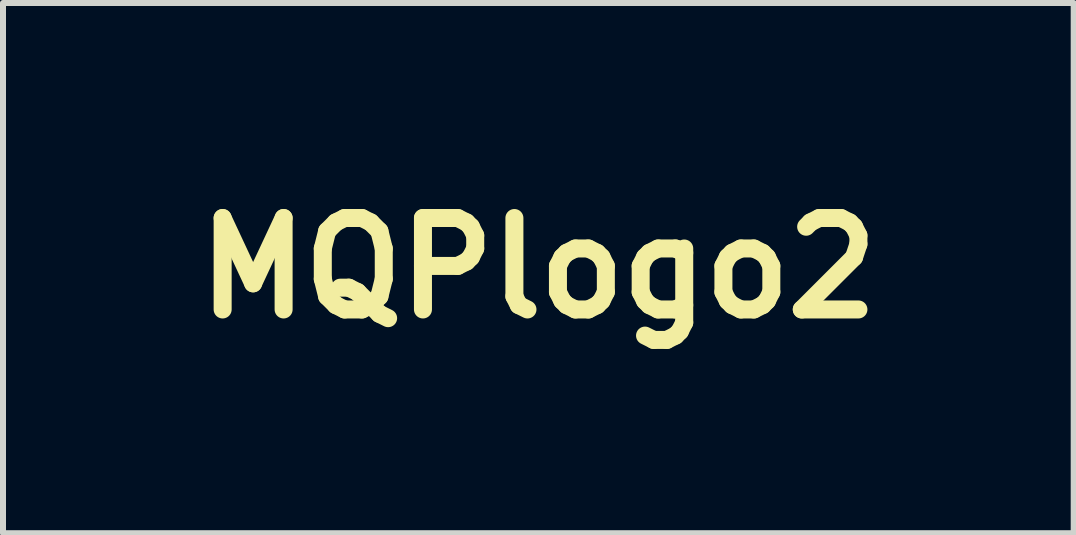
<source format=kicad_pcb>
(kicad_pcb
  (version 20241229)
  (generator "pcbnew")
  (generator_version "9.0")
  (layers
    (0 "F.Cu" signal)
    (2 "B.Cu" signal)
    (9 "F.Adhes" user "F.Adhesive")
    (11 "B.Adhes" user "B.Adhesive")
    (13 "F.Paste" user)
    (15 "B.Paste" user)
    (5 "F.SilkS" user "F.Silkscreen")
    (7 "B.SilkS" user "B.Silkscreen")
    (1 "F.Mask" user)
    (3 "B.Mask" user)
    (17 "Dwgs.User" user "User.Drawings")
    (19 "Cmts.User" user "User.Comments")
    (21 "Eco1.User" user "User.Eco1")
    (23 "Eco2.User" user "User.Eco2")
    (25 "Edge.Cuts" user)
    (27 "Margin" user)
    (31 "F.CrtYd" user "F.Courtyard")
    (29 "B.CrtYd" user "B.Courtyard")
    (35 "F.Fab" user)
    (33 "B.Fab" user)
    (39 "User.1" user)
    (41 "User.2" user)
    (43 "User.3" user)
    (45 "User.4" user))
  (footprint "MQPlogo2"
    (layer "F.Cu")
    (at 5.922 1.418)
    (property "Reference" "MQPlogo2" (at 0 0 0) (layer "F.SilkS") (effects (font (size 1.524 1.524) (thickness 0.3))))
    (attr through_hole)
    (fp_poly (pts (xy -0.725 0.31) (xy -0.681 0.317) (xy -0.663 0.33) (xy -0.66 0.342) (xy -0.669 0.361) (xy -0.701 0.373) (xy -0.765 0.379) (xy -0.87 0.381) (xy -0.876 0.381) (xy -1.092 0.381) (xy -1.092 0.686) (xy -0.902 0.686) (xy -0.801 0.688) (xy -0.742 0.695) (xy -0.716 0.709) (xy -0.711 0.724) (xy -0.721 0.744) (xy -0.757 0.756) (xy -0.829 0.761) (xy -0.9 0.762) (xy -1.09 0.762) (xy -1.097 0.919) (xy -1.108 1.009) (xy -1.126 1.07) (xy -1.15 1.095) (xy -1.174 1.078) (xy -1.182 1.061) (xy -1.186 1.024) (xy -1.189 0.947) (xy -1.19 0.839) (xy -1.189 0.711) (xy -1.188 0.672) (xy -1.181 0.318) (xy -0.921 0.31) (xy -0.802 0.308) (xy -0.725 0.31)) (stroke (width 0.01) (type solid)) (fill no) (layer "Eco2.User"))
    (fp_poly (pts (xy -3.013 0.313) (xy -2.935 0.335) (xy -2.867 0.364) (xy -2.826 0.394) (xy -2.819 0.408) (xy -2.838 0.44) (xy -2.889 0.442) (xy -2.944 0.42) (xy -3.062 0.384) (xy -3.175 0.393) (xy -3.274 0.441) (xy -3.35 0.523) (xy -3.395 0.633) (xy -3.404 0.711) (xy -3.396 0.789) (xy -3.365 0.851) (xy -3.317 0.904) (xy -3.217 0.971) (xy -3.1 0.999) (xy -2.981 0.984) (xy -2.906 0.949) (xy -2.856 0.927) (xy -2.832 0.94) (xy -2.831 0.982) (xy -2.873 1.025) (xy -2.949 1.06) (xy -2.968 1.066) (xy -3.069 1.088) (xy -3.15 1.085) (xy -3.236 1.055) (xy -3.278 1.035) (xy -3.384 0.956) (xy -3.458 0.85) (xy -3.495 0.728) (xy -3.492 0.635) (xy -3.447 0.509) (xy -3.363 0.408) (xy -3.249 0.337) (xy -3.114 0.306) (xy -3.084 0.305) (xy -3.013 0.313)) (stroke (width 0.01) (type solid)) (fill no) (layer "Eco2.User"))
    (fp_poly (pts (xy -1.491 0.306) (xy -1.412 0.31) (xy -1.367 0.319) (xy -1.348 0.333) (xy -1.346 0.343) (xy -1.355 0.362) (xy -1.389 0.374) (xy -1.456 0.38) (xy -1.559 0.381) (xy -1.672 0.383) (xy -1.743 0.393) (xy -1.783 0.416) (xy -1.8 0.459) (xy -1.803 0.527) (xy -1.803 0.533) (xy -1.8 0.607) (xy -1.782 0.652) (xy -1.74 0.676) (xy -1.665 0.685) (xy -1.585 0.686) (xy -1.484 0.688) (xy -1.426 0.696) (xy -1.4 0.711) (xy -1.397 0.723) (xy -1.409 0.743) (xy -1.45 0.756) (xy -1.53 0.764) (xy -1.594 0.767) (xy -1.791 0.775) (xy -1.799 0.914) (xy -1.81 1.018) (xy -1.828 1.074) (xy -1.854 1.082) (xy -1.862 1.076) (xy -1.868 1.045) (xy -1.874 0.974) (xy -1.877 0.87) (xy -1.879 0.744) (xy -1.88 0.682) (xy -1.88 0.305) (xy -1.613 0.305) (xy -1.491 0.306)) (stroke (width 0.01) (type solid)) (fill no) (layer "Eco2.User"))
    (fp_poly (pts (xy 3.905 0.051) (xy 3.989 0.069) (xy 4.059 0.096) (xy 4.103 0.127) (xy 4.115 0.161) (xy 4.089 0.19) (xy 4.052 0.189) (xy 4.008 0.167) (xy 3.928 0.136) (xy 3.824 0.129) (xy 3.719 0.144) (xy 3.641 0.176) (xy 3.563 0.251) (xy 3.52 0.349) (xy 3.514 0.459) (xy 3.545 0.565) (xy 3.604 0.645) (xy 3.697 0.704) (xy 3.814 0.734) (xy 3.932 0.73) (xy 3.947 0.727) (xy 3.985 0.711) (xy 4.005 0.68) (xy 4.015 0.619) (xy 4.018 0.578) (xy 4.027 0.495) (xy 4.044 0.451) (xy 4.07 0.437) (xy 4.1 0.452) (xy 4.116 0.501) (xy 4.119 0.571) (xy 4.11 0.646) (xy 4.089 0.713) (xy 4.063 0.75) (xy 3.992 0.787) (xy 3.892 0.806) (xy 3.781 0.807) (xy 3.678 0.788) (xy 3.633 0.77) (xy 3.528 0.691) (xy 3.46 0.589) (xy 3.43 0.475) (xy 3.435 0.357) (xy 3.475 0.245) (xy 3.547 0.15) (xy 3.651 0.08) (xy 3.728 0.055) (xy 3.815 0.045) (xy 3.905 0.051)) (stroke (width 0.01) (type solid)) (fill no) (layer "Eco2.User"))
    (fp_poly (pts (xy -0.013 0.334) (xy 0.09 0.395) (xy 0.17 0.485) (xy 0.218 0.601) (xy 0.229 0.693) (xy 0.208 0.833) (xy 0.145 0.944) (xy 0.039 1.028) (xy 0.016 1.04) (xy -0.105 1.083) (xy -0.218 1.085) (xy -0.342 1.046) (xy -0.349 1.042) (xy -0.456 0.975) (xy -0.522 0.885) (xy -0.552 0.766) (xy -0.553 0.674) (xy -0.483 0.674) (xy -0.465 0.784) (xy -0.417 0.885) (xy -0.37 0.939) (xy -0.28 0.983) (xy -0.171 0.996) (xy -0.06 0.979) (xy 0.035 0.934) (xy 0.069 0.903) (xy 0.13 0.797) (xy 0.145 0.681) (xy 0.116 0.566) (xy 0.042 0.462) (xy 0.034 0.453) (xy -0.018 0.416) (xy -0.083 0.398) (xy -0.169 0.394) (xy -0.254 0.397) (xy -0.31 0.413) (xy -0.359 0.45) (xy -0.396 0.489) (xy -0.456 0.568) (xy -0.481 0.641) (xy -0.483 0.674) (xy -0.553 0.674) (xy -0.553 0.668) (xy -0.542 0.566) (xy -0.521 0.498) (xy -0.483 0.444) (xy -0.481 0.442) (xy -0.373 0.356) (xy -0.253 0.311) (xy -0.131 0.305) (xy -0.013 0.334)) (stroke (width 0.01) (type solid)) (fill no) (layer "Eco2.User"))
    (fp_poly (pts (xy -3.711 0.333) (xy -3.66 0.361) (xy -3.641 0.391) (xy -3.659 0.411) (xy -3.698 0.41) (xy -3.829 0.39) (xy -3.92 0.387) (xy -3.982 0.4) (xy -4.015 0.42) (xy -4.06 0.483) (xy -4.055 0.542) (xy -4 0.597) (xy -3.895 0.648) (xy -3.825 0.671) (xy -3.71 0.716) (xy -3.64 0.771) (xy -3.609 0.842) (xy -3.607 0.876) (xy -3.629 0.961) (xy -3.691 1.027) (xy -3.781 1.069) (xy -3.891 1.084) (xy -4.011 1.068) (xy -4.051 1.055) (xy -4.115 1.031) (xy -4.154 1.018) (xy -4.159 1.016) (xy -4.166 0.997) (xy -4.163 0.96) (xy -4.152 0.94) (xy -4.151 0.94) (xy -4.121 0.947) (xy -4.059 0.966) (xy -4.013 0.98) (xy -3.902 1.002) (xy -3.804 0.995) (xy -3.731 0.961) (xy -3.694 0.91) (xy -3.698 0.848) (xy -3.752 0.794) (xy -3.856 0.745) (xy -3.916 0.726) (xy -4.03 0.686) (xy -4.103 0.64) (xy -4.144 0.58) (xy -4.156 0.544) (xy -4.154 0.461) (xy -4.112 0.392) (xy -4.037 0.341) (xy -3.938 0.311) (xy -3.825 0.308) (xy -3.711 0.333)) (stroke (width 0.01) (type solid)) (fill no) (layer "Eco2.User"))
    (fp_poly (pts (xy -2.777 -0.803) (xy -2.68 -0.788) (xy -2.62 -0.764) (xy -2.597 -0.729) (xy -2.602 -0.684) (xy -2.628 -0.652) (xy -2.663 -0.649) (xy -2.744 -0.672) (xy -2.833 -0.681) (xy -2.912 -0.675) (xy -2.964 -0.656) (xy -2.969 -0.652) (xy -2.997 -0.598) (xy -2.982 -0.552) (xy -2.921 -0.511) (xy -2.819 -0.475) (xy -2.728 -0.445) (xy -2.651 -0.412) (xy -2.61 -0.387) (xy -2.578 -0.331) (xy -2.565 -0.249) (xy -2.574 -0.164) (xy -2.581 -0.141) (xy -2.626 -0.089) (xy -2.707 -0.052) (xy -2.811 -0.03) (xy -2.925 -0.027) (xy -3.036 -0.044) (xy -3.094 -0.064) (xy -3.147 -0.093) (xy -3.169 -0.117) (xy -3.168 -0.12) (xy -3.151 -0.159) (xy -3.141 -0.185) (xy -3.126 -0.214) (xy -3.099 -0.214) (xy -3.05 -0.191) (xy -2.967 -0.163) (xy -2.877 -0.152) (xy -2.794 -0.158) (xy -2.735 -0.182) (xy -2.72 -0.198) (xy -2.707 -0.243) (xy -2.725 -0.279) (xy -2.78 -0.312) (xy -2.878 -0.348) (xy -2.892 -0.353) (xy -3.015 -0.398) (xy -3.095 -0.445) (xy -3.137 -0.501) (xy -3.15 -0.57) (xy -3.128 -0.672) (xy -3.063 -0.747) (xy -2.973 -0.79) (xy -2.882 -0.804) (xy -2.777 -0.803)) (stroke (width 0.01) (type solid)) (fill no) (layer "Eco2.User"))
    (fp_poly (pts (xy -1.061 -0.808) (xy -1.032 -0.802) (xy -1.006 -0.786) (xy -0.979 -0.753) (xy -0.946 -0.696) (xy -0.904 -0.609) (xy -0.846 -0.484) (xy -0.824 -0.436) (xy -0.768 -0.31) (xy -0.72 -0.199) (xy -0.684 -0.114) (xy -0.664 -0.061) (xy -0.66 -0.048) (xy -0.682 -0.032) (xy -0.732 -0.025) (xy -0.787 -0.036) (xy -0.826 -0.078) (xy -0.846 -0.114) (xy -0.888 -0.203) (xy -1.26 -0.203) (xy -1.292 -0.114) (xy -1.321 -0.054) (xy -1.36 -0.029) (xy -1.399 -0.025) (xy -1.452 -0.031) (xy -1.474 -0.044) (xy -1.464 -0.073) (xy -1.436 -0.139) (xy -1.395 -0.236) (xy -1.353 -0.33) (xy -1.193 -0.33) (xy -1.064 -0.33) (xy -0.993 -0.334) (xy -0.95 -0.342) (xy -0.944 -0.349) (xy -0.958 -0.382) (xy -0.983 -0.446) (xy -1 -0.489) (xy -1.032 -0.558) (xy -1.059 -0.601) (xy -1.07 -0.61) (xy -1.092 -0.599) (xy -1.092 -0.598) (xy -1.101 -0.57) (xy -1.123 -0.509) (xy -1.143 -0.458) (xy -1.193 -0.33) (xy -1.353 -0.33) (xy -1.343 -0.354) (xy -1.304 -0.439) (xy -1.241 -0.579) (xy -1.194 -0.679) (xy -1.159 -0.745) (xy -1.132 -0.785) (xy -1.108 -0.804) (xy -1.084 -0.809) (xy -1.061 -0.808)) (stroke (width 0.01) (type solid)) (fill no) (layer "Eco2.User"))
    (fp_poly (pts (xy -2.379 0.307) (xy -2.362 0.319) (xy -2.341 0.347) (xy -2.313 0.396) (xy -2.274 0.473) (xy -2.222 0.585) (xy -2.158 0.721) (xy -2.105 0.84) (xy -2.062 0.942) (xy -2.033 1.02) (xy -2.021 1.064) (xy -2.021 1.07) (xy -2.053 1.091) (xy -2.091 1.063) (xy -2.128 0.997) (xy -2.161 0.932) (xy -2.191 0.889) (xy -2.197 0.883) (xy -2.234 0.873) (xy -2.306 0.867) (xy -2.388 0.864) (xy -2.49 0.867) (xy -2.556 0.877) (xy -2.599 0.903) (xy -2.633 0.949) (xy -2.651 0.983) (xy -2.696 1.057) (xy -2.733 1.083) (xy -2.756 1.066) (xy -2.752 1.034) (xy -2.729 0.966) (xy -2.692 0.874) (xy -2.655 0.791) (xy -2.549 0.791) (xy -2.548 0.794) (xy -2.517 0.806) (xy -2.453 0.812) (xy -2.377 0.812) (xy -2.305 0.805) (xy -2.257 0.793) (xy -2.247 0.787) (xy -2.25 0.752) (xy -2.271 0.687) (xy -2.307 0.602) (xy -2.313 0.59) (xy -2.394 0.419) (xy -2.477 0.597) (xy -2.514 0.684) (xy -2.54 0.752) (xy -2.549 0.791) (xy -2.655 0.791) (xy -2.644 0.765) (xy -2.59 0.649) (xy -2.536 0.537) (xy -2.484 0.437) (xy -2.44 0.36) (xy -2.408 0.313) (xy -2.397 0.305) (xy -2.379 0.307)) (stroke (width 0.01) (type solid)) (fill no) (layer "Eco2.User"))
    (fp_poly (pts (xy -0.31 -0.807) (xy -0.235 -0.8) (xy -0.091 -0.769) (xy 0.012 -0.71) (xy 0.073 -0.624) (xy 0.085 -0.583) (xy 0.085 -0.497) (xy 0.059 -0.408) (xy 0.016 -0.336) (xy -0.015 -0.31) (xy -0.044 -0.289) (xy -0.043 -0.262) (xy -0.017 -0.219) (xy 0.043 -0.126) (xy 0.078 -0.069) (xy 0.091 -0.038) (xy 0.084 -0.027) (xy 0.059 -0.025) (xy 0.03 -0.025) (xy -0.024 -0.034) (xy -0.071 -0.067) (xy -0.126 -0.134) (xy -0.13 -0.14) (xy -0.182 -0.207) (xy -0.226 -0.241) (xy -0.277 -0.253) (xy -0.309 -0.254) (xy -0.406 -0.254) (xy -0.406 -0.14) (xy -0.409 -0.069) (xy -0.422 -0.036) (xy -0.453 -0.026) (xy -0.471 -0.025) (xy -0.524 -0.037) (xy -0.548 -0.058) (xy -0.552 -0.095) (xy -0.554 -0.172) (xy -0.555 -0.279) (xy -0.554 -0.381) (xy -0.409 -0.381) (xy -0.281 -0.381) (xy -0.185 -0.389) (xy -0.122 -0.415) (xy -0.102 -0.432) (xy -0.058 -0.493) (xy -0.06 -0.552) (xy -0.098 -0.611) (xy -0.142 -0.65) (xy -0.204 -0.667) (xy -0.269 -0.671) (xy -0.394 -0.673) (xy -0.409 -0.381) (xy -0.554 -0.381) (xy -0.554 -0.406) (xy -0.553 -0.446) (xy -0.546 -0.8) (xy -0.47 -0.809) (xy -0.403 -0.811) (xy -0.31 -0.807)) (stroke (width 0.01) (type solid)) (fill no) (layer "Eco2.User"))
    (fp_poly (pts (xy -1.6 -0.8) (xy -1.59 -0.769) (xy -1.582 -0.694) (xy -1.577 -0.58) (xy -1.575 -0.435) (xy -1.575 -0.403) (xy -1.575 -0.022) (xy -1.645 -0.03) (xy -1.678 -0.036) (xy -1.699 -0.049) (xy -1.711 -0.082) (xy -1.717 -0.143) (xy -1.721 -0.242) (xy -1.722 -0.266) (xy -1.729 -0.495) (xy -1.845 -0.311) (xy -1.907 -0.219) (xy -1.961 -0.155) (xy -1.998 -0.128) (xy -2.002 -0.127) (xy -2.037 -0.149) (xy -2.087 -0.211) (xy -2.146 -0.305) (xy -2.196 -0.387) (xy -2.237 -0.45) (xy -2.263 -0.481) (xy -2.267 -0.482) (xy -2.275 -0.459) (xy -2.282 -0.396) (xy -2.286 -0.305) (xy -2.286 -0.254) (xy -2.286 -0.146) (xy -2.29 -0.079) (xy -2.299 -0.043) (xy -2.316 -0.028) (xy -2.344 -0.025) (xy -2.35 -0.025) (xy -2.414 -0.025) (xy -2.407 -0.413) (xy -2.404 -0.561) (xy -2.401 -0.665) (xy -2.395 -0.734) (xy -2.387 -0.774) (xy -2.375 -0.794) (xy -2.358 -0.8) (xy -2.349 -0.8) (xy -2.316 -0.786) (xy -2.272 -0.739) (xy -2.214 -0.655) (xy -2.159 -0.566) (xy -2.1 -0.47) (xy -2.048 -0.394) (xy -2.01 -0.345) (xy -1.994 -0.332) (xy -1.972 -0.352) (xy -1.932 -0.408) (xy -1.881 -0.491) (xy -1.841 -0.559) (xy -1.768 -0.683) (xy -1.708 -0.763) (xy -1.659 -0.803) (xy -1.616 -0.808) (xy -1.6 -0.8)) (stroke (width 0.01) (type solid)) (fill no) (layer "Eco2.User"))
    (fp_poly (pts (xy 0.599 -1.186) (xy 0.608 -1.171) (xy 0.625 -1.154) (xy 0.662 -1.136) (xy 0.723 -1.116) (xy 0.814 -1.093) (xy 0.942 -1.066) (xy 1.112 -1.032) (xy 1.187 -1.018) (xy 1.373 -0.982) (xy 1.565 -0.945) (xy 1.75 -0.909) (xy 1.914 -0.877) (xy 2.043 -0.852) (xy 2.055 -0.85) (xy 2.185 -0.825) (xy 2.307 -0.806) (xy 2.406 -0.792) (xy 2.468 -0.787) (xy 2.537 -0.781) (xy 2.564 -0.758) (xy 2.565 -0.749) (xy 2.543 -0.719) (xy 2.489 -0.711) (xy 2.413 -0.711) (xy 2.409 -0.4) (xy 2.406 -0.256) (xy 2.404 -0.153) (xy 2.401 -0.083) (xy 2.396 -0.036) (xy 2.39 -0.003) (xy 2.381 0.024) (xy 2.381 0.025) (xy 2.374 0.064) (xy 2.367 0.142) (xy 2.359 0.251) (xy 2.352 0.378) (xy 2.35 0.413) (xy 2.334 0.762) (xy 2.583 0.762) (xy 2.587 0.672) (xy 2.68 0.672) (xy 2.68 0.741) (xy 2.683 0.768) (xy 2.712 0.777) (xy 2.78 0.783) (xy 2.874 0.787) (xy 2.924 0.787) (xy 3.035 0.786) (xy 3.103 0.78) (xy 3.133 0.77) (xy 3.133 0.756) (xy 3.112 0.724) (xy 3.066 0.661) (xy 3.003 0.573) (xy 2.928 0.47) (xy 2.91 0.445) (xy 2.705 0.166) (xy 2.688 0.457) (xy 2.682 0.574) (xy 2.68 0.672) (xy 2.587 0.672) (xy 2.6 0.389) (xy 2.607 0.257) (xy 2.614 0.144) (xy 2.62 0.059) (xy 2.626 0.012) (xy 2.628 0.005) (xy 2.651 -0.001) (xy 2.687 0.021) (xy 2.738 0.073) (xy 2.809 0.161) (xy 2.903 0.286) (xy 2.924 0.317) (xy 3.137 0.612) (xy 3.16 0.319) (xy 3.17 0.191) (xy 3.181 0.107) (xy 3.192 0.056) (xy 3.206 0.032) (xy 3.226 0.025) (xy 3.227 0.025) (xy 3.262 0.042) (xy 3.263 0.07) (xy 3.259 0.111) (xy 3.254 0.192) (xy 3.248 0.302) (xy 3.242 0.43) (xy 3.241 0.461) (xy 3.228 0.807) (xy 3.627 0.824) (xy 3.774 0.831) (xy 3.911 0.838) (xy 4.027 0.846) (xy 4.11 0.852) (xy 4.134 0.855) (xy 4.201 0.867) (xy 4.233 0.887) (xy 4.241 0.929) (xy 4.242 0.957) (xy 4.242 1.045) (xy 3.994 1.03) (xy 3.906 1.025) (xy 3.776 1.018) (xy 3.613 1.01) (xy 3.424 1.001) (xy 3.22 0.991) (xy 3.007 0.981) (xy 2.921 0.977) (xy 2.696 0.966) (xy 2.466 0.955) (xy 2.241 0.944) (xy 2.032 0.933) (xy 1.85 0.924) (xy 1.705 0.916) (xy 1.676 0.914) (xy 1.534 0.906) (xy 1.409 0.899) (xy 1.309 0.893) (xy 1.245 0.89) (xy 1.226 0.889) (xy 1.203 0.866) (xy 1.194 0.804) (xy 1.194 0.8) (xy 1.198 0.74) (xy 1.22 0.716) (xy 1.266 0.711) (xy 1.305 0.709) (xy 1.328 0.694) (xy 1.341 0.656) (xy 1.351 0.583) (xy 1.355 0.54) (xy 1.359 0.486) (xy 1.448 0.486) (xy 1.448 0.635) (xy 1.614 0.635) (xy 1.728 0.628) (xy 1.821 0.61) (xy 1.855 0.596) (xy 1.939 0.526) (xy 1.99 0.426) (xy 2 0.309) (xy 1.999 0.299) (xy 1.961 0.184) (xy 1.883 0.099) (xy 1.768 0.046) (xy 1.618 0.026) (xy 1.605 0.025) (xy 1.48 0.025) (xy 1.464 0.182) (xy 1.455 0.299) (xy 1.449 0.425) (xy 1.448 0.486) (xy 1.359 0.486) (xy 1.363 0.425) (xy 1.369 0.29) (xy 1.371 0.161) (xy 1.371 0.159) (xy 1.372 -0.051) (xy 1.576 -0.051) (xy 1.73 -0.043) (xy 1.847 -0.018) (xy 1.938 0.028) (xy 2.014 0.099) (xy 2.014 0.1) (xy 2.057 0.162) (xy 2.078 0.229) (xy 2.083 0.321) (xy 2.069 0.457) (xy 2.024 0.561) (xy 1.942 0.643) (xy 1.901 0.67) (xy 1.796 0.732) (xy 2.009 0.742) (xy 2.109 0.745) (xy 2.187 0.746) (xy 2.233 0.745) (xy 2.238 0.744) (xy 2.245 0.718) (xy 2.253 0.65) (xy 2.262 0.549) (xy 2.27 0.425) (xy 2.273 0.362) (xy 2.281 0.229) (xy 2.291 0.115) (xy 2.302 0.028) (xy 2.313 -0.021) (xy 2.317 -0.029) (xy 2.329 -0.061) (xy 2.321 -0.08) (xy 2.312 -0.118) (xy 2.305 -0.195) (xy 2.3 -0.3) (xy 2.299 -0.406) (xy 2.299 -0.419) (xy 2.345 -0.419) (xy 2.346 -0.345) (xy 2.349 -0.308) (xy 2.354 -0.315) (xy 2.355 -0.323) (xy 2.359 -0.407) (xy 2.356 -0.498) (xy 2.355 -0.501) (xy 2.351 -0.525) (xy 2.347 -0.503) (xy 2.345 -0.441) (xy 2.345 -0.419) (xy 2.299 -0.419) (xy 2.299 -0.699) (xy 1.689 -0.706) (xy 1.474 -0.707) (xy 1.28 -0.705) (xy 1.116 -0.7) (xy 0.988 -0.693) (xy 0.908 -0.684) (xy 0.737 -0.656) (xy 0.737 -0.371) (xy 0.739 -0.255) (xy 0.744 -0.156) (xy 0.753 -0.088) (xy 0.761 -0.062) (xy 0.77 -0.029) (xy 0.777 0.046) (xy 0.784 0.157) (xy 0.79 0.296) (xy 0.793 0.454) (xy 0.793 0.456) (xy 0.8 0.949) (xy 1.13 0.951) (xy 1.46 0.953) (xy 1.46 1.079) (xy 0.857 1.086) (xy 0.254 1.093) (xy 0.254 1.032) (xy 0.268 0.979) (xy 0.292 0.956) (xy 0.305 0.944) (xy 0.313 0.923) (xy 0.542 0.923) (xy 0.545 0.938) (xy 0.559 0.94) (xy 0.58 0.931) (xy 0.576 0.923) (xy 0.546 0.92) (xy 0.542 0.923) (xy 0.313 0.923) (xy 0.315 0.915) (xy 0.322 0.863) (xy 0.325 0.823) (xy 0.459 0.823) (xy 0.464 0.856) (xy 0.473 0.857) (xy 0.477 0.831) (xy 0.62 0.831) (xy 0.623 0.84) (xy 0.648 0.862) (xy 0.66 0.837) (xy 0.66 0.824) (xy 0.648 0.798) (xy 0.635 0.8) (xy 0.62 0.831) (xy 0.477 0.831) (xy 0.479 0.823) (xy 0.475 0.808) (xy 0.463 0.798) (xy 0.459 0.823) (xy 0.325 0.823) (xy 0.327 0.781) (xy 0.328 0.737) (xy 0.533 0.737) (xy 0.542 0.761) (xy 0.545 0.762) (xy 0.566 0.744) (xy 0.572 0.737) (xy 0.569 0.713) (xy 0.56 0.711) (xy 0.534 0.73) (xy 0.533 0.737) (xy 0.328 0.737) (xy 0.329 0.664) (xy 0.33 0.602) (xy 0.516 0.602) (xy 0.547 0.609) (xy 0.559 0.61) (xy 0.599 0.604) (xy 0.595 0.585) (xy 0.589 0.579) (xy 0.555 0.562) (xy 0.528 0.579) (xy 0.516 0.602) (xy 0.33 0.602) (xy 0.33 0.504) (xy 0.33 0.493) (xy 0.459 0.493) (xy 0.464 0.526) (xy 0.473 0.527) (xy 0.478 0.498) (xy 0.622 0.498) (xy 0.625 0.513) (xy 0.648 0.532) (xy 0.659 0.503) (xy 0.66 0.476) (xy 0.656 0.44) (xy 0.641 0.449) (xy 0.636 0.456) (xy 0.622 0.498) (xy 0.478 0.498) (xy 0.479 0.493) (xy 0.475 0.478) (xy 0.463 0.468) (xy 0.459 0.493) (xy 0.33 0.493) (xy 0.33 0.445) (xy 0.331 0.381) (xy 0.533 0.381) (xy 0.553 0.406) (xy 0.559 0.406) (xy 0.583 0.387) (xy 0.584 0.381) (xy 0.565 0.356) (xy 0.559 0.356) (xy 0.534 0.375) (xy 0.533 0.381) (xy 0.331 0.381) (xy 0.331 0.261) (xy 0.332 0.227) (xy 0.533 0.227) (xy 0.552 0.253) (xy 0.559 0.254) (xy 0.584 0.245) (xy 0.584 0.243) (xy 0.566 0.221) (xy 0.559 0.216) (xy 0.535 0.218) (xy 0.533 0.227) (xy 0.332 0.227) (xy 0.335 0.138) (xy 0.459 0.138) (xy 0.464 0.171) (xy 0.473 0.171) (xy 0.477 0.145) (xy 0.62 0.145) (xy 0.623 0.154) (xy 0.648 0.177) (xy 0.66 0.151) (xy 0.66 0.138) (xy 0.648 0.112) (xy 0.635 0.115) (xy 0.62 0.145) (xy 0.477 0.145) (xy 0.479 0.137) (xy 0.475 0.122) (xy 0.463 0.113) (xy 0.459 0.138) (xy 0.335 0.138) (xy 0.335 0.117) (xy 0.339 0.051) (xy 0.533 0.051) (xy 0.542 0.076) (xy 0.545 0.076) (xy 0.566 0.058) (xy 0.572 0.051) (xy 0.569 0.027) (xy 0.56 0.025) (xy 0.534 0.044) (xy 0.533 0.051) (xy 0.339 0.051) (xy 0.341 0.015) (xy 0.349 -0.04) (xy 0.356 -0.051) (xy 0.367 -0.075) (xy 0.37 -0.102) (xy 0.533 -0.102) (xy 0.553 -0.077) (xy 0.559 -0.076) (xy 0.583 -0.096) (xy 0.584 -0.102) (xy 0.565 -0.126) (xy 0.559 -0.127) (xy 0.534 -0.108) (xy 0.533 -0.102) (xy 0.37 -0.102) (xy 0.375 -0.144) (xy 0.378 -0.218) (xy 0.459 -0.218) (xy 0.464 -0.185) (xy 0.473 -0.185) (xy 0.477 -0.209) (xy 0.622 -0.209) (xy 0.626 -0.19) (xy 0.646 -0.155) (xy 0.658 -0.17) (xy 0.66 -0.205) (xy 0.651 -0.24) (xy 0.636 -0.242) (xy 0.622 -0.209) (xy 0.477 -0.209) (xy 0.479 -0.219) (xy 0.475 -0.233) (xy 0.463 -0.243) (xy 0.459 -0.218) (xy 0.378 -0.218) (xy 0.38 -0.253) (xy 0.381 -0.318) (xy 0.518 -0.318) (xy 0.521 -0.305) (xy 0.553 -0.28) (xy 0.56 -0.279) (xy 0.584 -0.299) (xy 0.584 -0.305) (xy 0.564 -0.327) (xy 0.545 -0.33) (xy 0.518 -0.318) (xy 0.381 -0.318) (xy 0.381 -0.354) (xy 0.381 -0.459) (xy 0.533 -0.459) (xy 0.552 -0.433) (xy 0.559 -0.432) (xy 0.584 -0.44) (xy 0.584 -0.443) (xy 0.566 -0.465) (xy 0.559 -0.47) (xy 0.535 -0.468) (xy 0.533 -0.459) (xy 0.381 -0.459) (xy 0.381 -0.548) (xy 0.459 -0.548) (xy 0.464 -0.515) (xy 0.473 -0.515) (xy 0.477 -0.541) (xy 0.62 -0.541) (xy 0.623 -0.532) (xy 0.648 -0.509) (xy 0.66 -0.535) (xy 0.66 -0.548) (xy 0.648 -0.574) (xy 0.635 -0.571) (xy 0.62 -0.541) (xy 0.477 -0.541) (xy 0.479 -0.549) (xy 0.475 -0.564) (xy 0.463 -0.573) (xy 0.459 -0.548) (xy 0.381 -0.548) (xy 0.381 -0.635) (xy 0.533 -0.635) (xy 0.542 -0.61) (xy 0.545 -0.61) (xy 0.566 -0.627) (xy 0.572 -0.635) (xy 0.569 -0.658) (xy 0.56 -0.66) (xy 0.534 -0.642) (xy 0.533 -0.635) (xy 0.381 -0.635) (xy 0.381 -0.658) (xy 0.26 -0.665) (xy 0.177 -0.678) (xy 0.135 -0.704) (xy 0.136 -0.747) (xy 0.18 -0.809) (xy 0.184 -0.813) (xy 0.269 -0.813) (xy 0.335 -0.813) (xy 0.386 -0.825) (xy 0.492 -0.825) (xy 0.528 -0.814) (xy 0.559 -0.813) (xy 0.614 -0.818) (xy 0.629 -0.838) (xy 0.625 -0.853) (xy 0.606 -0.91) (xy 0.594 -0.955) (xy 0.572 -1.007) (xy 0.547 -1.008) (xy 0.525 -0.959) (xy 0.524 -0.955) (xy 0.505 -0.89) (xy 0.493 -0.853) (xy 0.492 -0.825) (xy 0.386 -0.825) (xy 0.388 -0.825) (xy 0.421 -0.871) (xy 0.429 -0.893) (xy 0.446 -0.95) (xy 0.45 -0.981) (xy 0.449 -0.982) (xy 0.429 -0.97) (xy 0.385 -0.931) (xy 0.355 -0.901) (xy 0.269 -0.813) (xy 0.184 -0.813) (xy 0.267 -0.893) (xy 0.302 -0.922) (xy 0.406 -1.018) (xy 0.44 -1.058) (xy 0.635 -1.058) (xy 0.642 -1.032) (xy 0.661 -0.973) (xy 0.675 -0.933) (xy 0.715 -0.815) (xy 0.859 -0.806) (xy 0.928 -0.803) (xy 1.038 -0.801) (xy 1.179 -0.798) (xy 1.339 -0.797) (xy 1.51 -0.795) (xy 1.549 -0.795) (xy 1.728 -0.795) (xy 1.86 -0.795) (xy 1.95 -0.796) (xy 2.001 -0.798) (xy 2.017 -0.803) (xy 2.004 -0.809) (xy 1.963 -0.818) (xy 1.905 -0.829) (xy 1.817 -0.845) (xy 1.691 -0.869) (xy 1.54 -0.897) (xy 1.377 -0.928) (xy 1.245 -0.953) (xy 1.055 -0.989) (xy 0.909 -1.016) (xy 0.801 -1.036) (xy 0.726 -1.049) (xy 0.678 -1.057) (xy 0.65 -1.061) (xy 0.638 -1.061) (xy 0.635 -1.058) (xy 0.635 -1.058) (xy 0.44 -1.058) (xy 0.469 -1.093) (xy 0.492 -1.145) (xy 0.518 -1.203) (xy 0.558 -1.217) (xy 0.599 -1.186)) (stroke (width 0.01) (type solid)) (fill no) (layer "Eco2.User")))
  (gr_rect
    (start -3 -3)
    (end 14.844 5.836)
    (stroke (width 0.1) (type default))
    (fill no)
    (layer "Edge.Cuts")))
</source>
